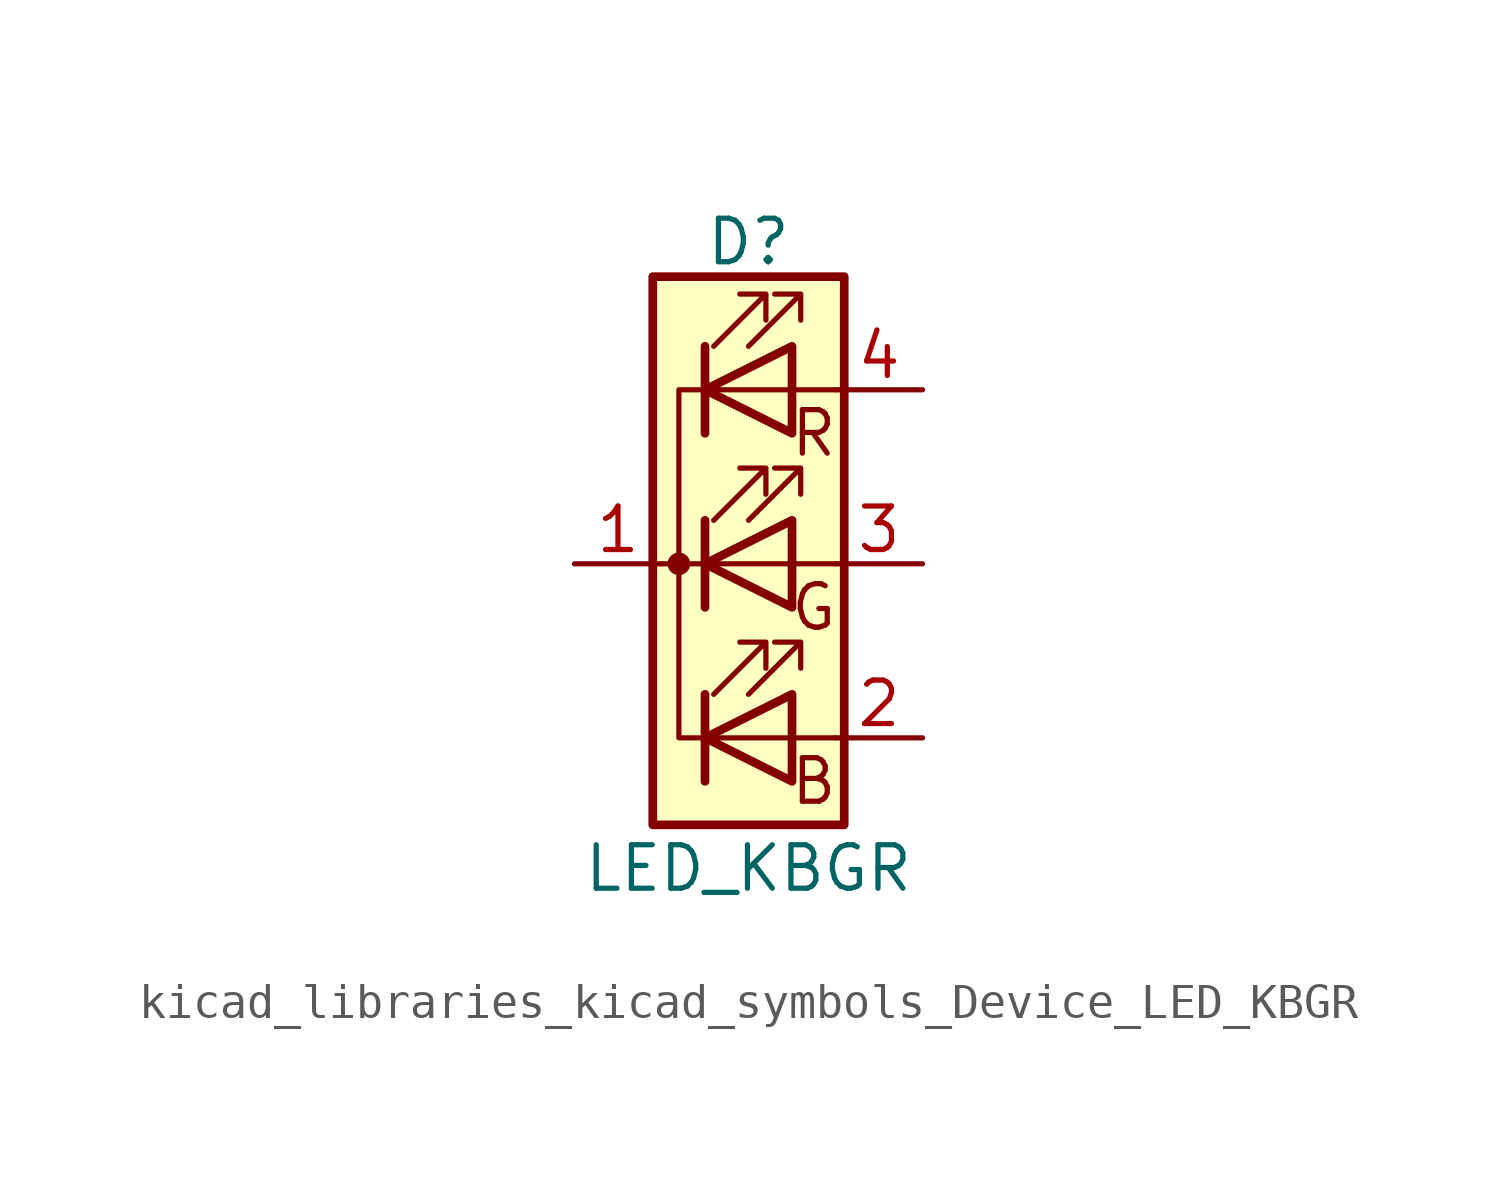
<source format=kicad_sym>
(kicad_symbol_lib
  (version 20220914)
  (generator kicad_symbol_editor)
  (symbol "kicad_libraries_kicad_symbols_Device_LED_KBGR"
    (pin_names
      (offset 0) hide)
    (property "Reference" "D"
      (at 0 9.398 0)
      (effects (font (size 1.27 1.27))))
    (property "Value" "LED_KBGR"
      (at 0 -8.89 0)
      (effects (font (size 1.27 1.27))))
    (symbol "kicad_libraries_kicad_symbols_Device_LED_KBGR_0_0"
      (text "B" (at 1.905 -6.35 0) (effects (font (size 1.27 1.27))))
      (text "G" (at 1.905 -1.27 0) (effects (font (size 1.27 1.27))))
      (text "R" (at 1.905 3.81 0) (effects (font (size 1.27 1.27)))))
    (symbol "kicad_libraries_kicad_symbols_Device_LED_KBGR_0_1"
      (circle (center -2.032 0) (radius 0.254) (stroke (width 0) (type default)) (fill (type outline)))
      (polyline (pts (xy -1.27 -5.08) (xy 1.27 -5.08)) (stroke (width 0) (type default)) (fill (type none)))
      (polyline (pts (xy -1.27 -3.81) (xy -1.27 -6.35)) (stroke (width 0.254) (type default)) (fill (type none)))
      (polyline (pts (xy -1.27 0) (xy -2.54 0)) (stroke (width 0) (type default)) (fill (type none)))
      (polyline (pts (xy -1.27 1.27) (xy -1.27 -1.27)) (stroke (width 0.254) (type default)) (fill (type none)))
      (polyline (pts (xy -1.27 5.08) (xy 1.27 5.08)) (stroke (width 0) (type default)) (fill (type none)))
      (polyline (pts (xy -1.27 6.35) (xy -1.27 3.81)) (stroke (width 0.254) (type default)) (fill (type none)))
      (polyline (pts (xy 1.27 -5.08) (xy 2.54 -5.08)) (stroke (width 0) (type default)) (fill (type none)))
      (polyline (pts (xy 1.27 0) (xy -1.27 0)) (stroke (width 0) (type default)) (fill (type none)))
      (polyline (pts (xy 1.27 0) (xy 2.54 0)) (stroke (width 0) (type default)) (fill (type none)))
      (polyline (pts (xy 1.27 5.08) (xy 2.54 5.08)) (stroke (width 0) (type default)) (fill (type none)))
      (polyline (pts (xy -1.27 1.27) (xy -1.27 -1.27) (xy -1.27 -1.27)) (stroke (width 0) (type default)) (fill (type none)))
      (polyline (pts (xy -1.27 6.35) (xy -1.27 3.81) (xy -1.27 3.81)) (stroke (width 0) (type default)) (fill (type none)))
      (polyline (pts (xy -1.27 5.08) (xy -2.032 5.08) (xy -2.032 -5.08) (xy -1.016 -5.08)) (stroke (width 0) (type default)) (fill (type none)))
      (polyline (pts (xy 1.27 -3.81) (xy 1.27 -6.35) (xy -1.27 -5.08) (xy 1.27 -3.81)) (stroke (width 0.254) (type default)) (fill (type none)))
      (polyline (pts (xy 1.27 1.27) (xy 1.27 -1.27) (xy -1.27 0) (xy 1.27 1.27)) (stroke (width 0.254) (type default)) (fill (type none)))
      (polyline (pts (xy 1.27 6.35) (xy 1.27 3.81) (xy -1.27 5.08) (xy 1.27 6.35)) (stroke (width 0.254) (type default)) (fill (type none)))
      (polyline (pts (xy -1.016 -3.81) (xy 0.508 -2.286) (xy -0.254 -2.286) (xy 0.508 -2.286) (xy 0.508 -3.048)) (stroke (width 0) (type default)) (fill (type none)))
      (polyline (pts (xy -1.016 1.27) (xy 0.508 2.794) (xy -0.254 2.794) (xy 0.508 2.794) (xy 0.508 2.032)) (stroke (width 0) (type default)) (fill (type none)))
      (polyline (pts (xy -1.016 6.35) (xy 0.508 7.874) (xy -0.254 7.874) (xy 0.508 7.874) (xy 0.508 7.112)) (stroke (width 0) (type default)) (fill (type none)))
      (polyline (pts (xy 0 -3.81) (xy 1.524 -2.286) (xy 0.762 -2.286) (xy 1.524 -2.286) (xy 1.524 -3.048)) (stroke (width 0) (type default)) (fill (type none)))
      (polyline (pts (xy 0 1.27) (xy 1.524 2.794) (xy 0.762 2.794) (xy 1.524 2.794) (xy 1.524 2.032)) (stroke (width 0) (type default)) (fill (type none)))
      (polyline (pts (xy 0 6.35) (xy 1.524 7.874) (xy 0.762 7.874) (xy 1.524 7.874) (xy 1.524 7.112)) (stroke (width 0) (type default)) (fill (type none)))
      (rectangle (start 1.27 -1.27) (end 1.27 1.27) (stroke (width 0) (type default)) (fill (type none)))
      (rectangle (start 1.27 1.27) (end 1.27 1.27) (stroke (width 0) (type default)) (fill (type none)))
      (rectangle (start 1.27 3.81) (end 1.27 6.35) (stroke (width 0) (type default)) (fill (type none)))
      (rectangle (start 1.27 6.35) (end 1.27 6.35) (stroke (width 0) (type default)) (fill (type none)))
      (rectangle (start 2.794 8.382) (end -2.794 -7.62) (stroke (width 0.254) (type default)) (fill (type background))))
    (symbol "kicad_libraries_kicad_symbols_Device_LED_KBGR_1_1"
      (pin passive line (at -5.08 0 0) (length 2.54) (name "K" (effects (font (size 1.27 1.27)))) (number "1" (effects (font (size 1.27 1.27)))))
      (pin passive line (at 5.08 -5.08 180) (length 2.54) (name "BA" (effects (font (size 1.27 1.27)))) (number "2" (effects (font (size 1.27 1.27)))))
      (pin passive line (at 5.08 0 180) (length 2.54) (name "GA" (effects (font (size 1.27 1.27)))) (number "3" (effects (font (size 1.27 1.27)))))
      (pin passive line (at 5.08 5.08 180) (length 2.54) (name "RA" (effects (font (size 1.27 1.27)))) (number "4" (effects (font (size 1.27 1.27))))))))
</source>
